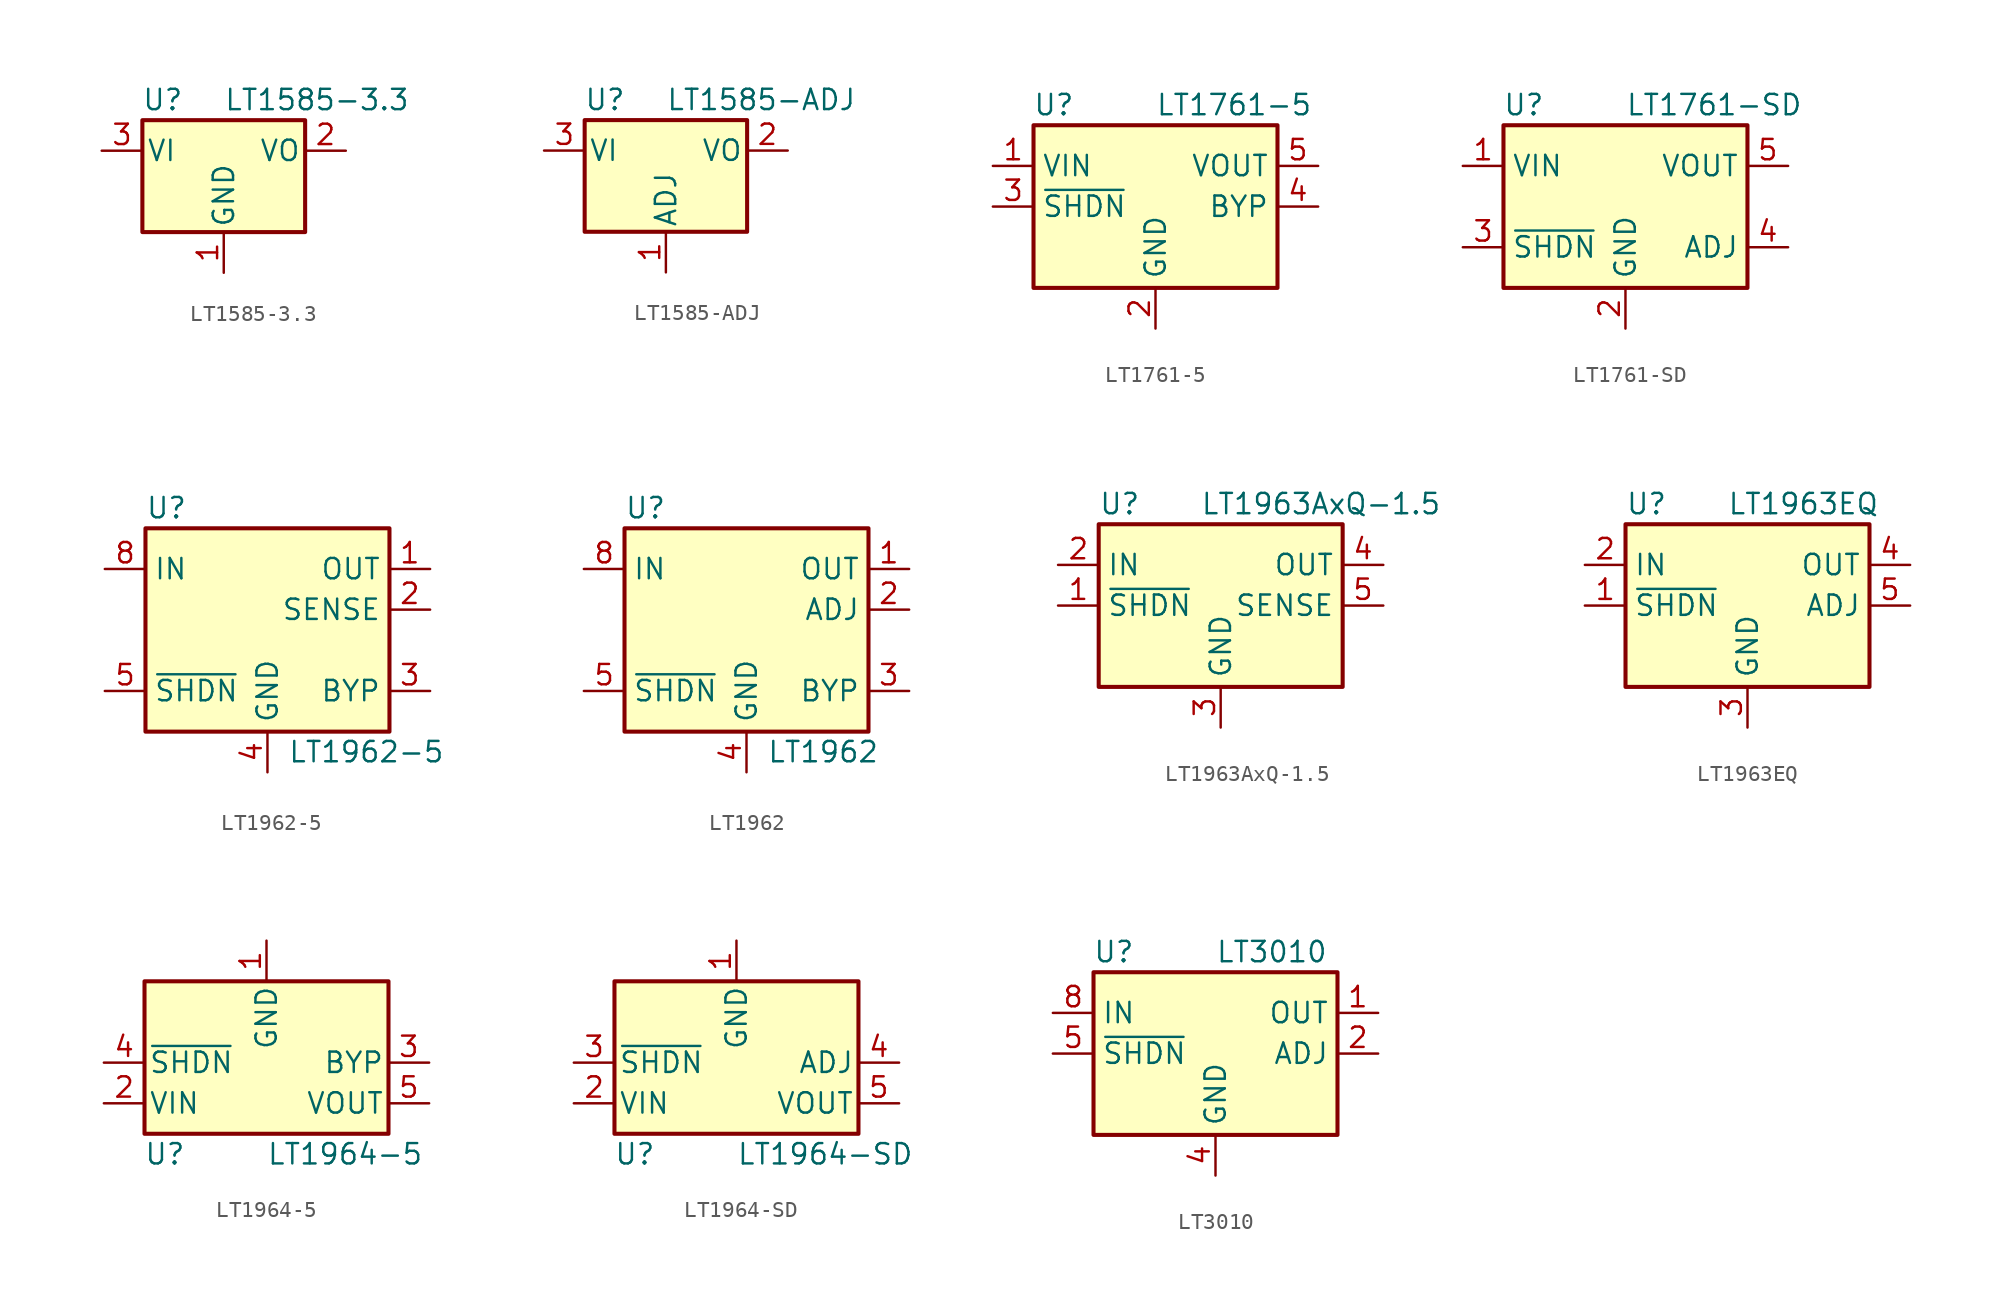
<source format=kicad_sym>
(kicad_symbol_lib
  (version 20241209)
  (generator "kicad_symbol_editor")
  (generator_version "9.0")
  (symbol "LT1585-3.3"
    (pin_names
      (offset 0.254))
    (property "Reference" "U"
      (at -3.81 3.175 0)
      (effects (font (size 1.27 1.27))))
    (property "Value" "LT1585-3.3"
      (at 0 3.175 0)
      (effects (font (size 1.27 1.27)) (justify left)))
    (symbol "LT1585-3.3_0_1"
      (rectangle (start -5.08 -5.08) (end 5.08 1.905) (stroke (width 0.254) (type default)) (fill (type background))))
    (symbol "LT1585-3.3_1_1"
      (pin power_in line (at -7.62 0 0) (length 2.54) (name "VI" (effects (font (size 1.27 1.27)))) (number "3" (effects (font (size 1.27 1.27)))))
      (pin power_in line (at 0 -7.62 90) (length 2.54) (name "GND" (effects (font (size 1.27 1.27)))) (number "1" (effects (font (size 1.27 1.27)))))
      (pin power_out line (at 7.62 0 180) (length 2.54) (name "VO" (effects (font (size 1.27 1.27)))) (number "2" (effects (font (size 1.27 1.27)))))))
  (symbol "LT1585-ADJ"
    (pin_names
      (offset 0.254))
    (property "Reference" "U"
      (at -3.81 3.175 0)
      (effects (font (size 1.27 1.27))))
    (property "Value" "LT1585-ADJ"
      (at 0 3.175 0)
      (effects (font (size 1.27 1.27)) (justify left)))
    (symbol "LT1585-ADJ_0_1"
      (rectangle (start -5.08 -5.08) (end 5.08 1.905) (stroke (width 0.254) (type default)) (fill (type background))))
    (symbol "LT1585-ADJ_1_1"
      (pin power_in line (at -7.62 0 0) (length 2.54) (name "VI" (effects (font (size 1.27 1.27)))) (number "3" (effects (font (size 1.27 1.27)))))
      (pin input line (at 0 -7.62 90) (length 2.54) (name "ADJ" (effects (font (size 1.27 1.27)))) (number "1" (effects (font (size 1.27 1.27)))))
      (pin power_out line (at 7.62 0 180) (length 2.54) (name "VO" (effects (font (size 1.27 1.27)))) (number "2" (effects (font (size 1.27 1.27)))))))
  (symbol "LT1761-5"
    (property "Reference" "U"
      (at -6.35 6.35 0)
      (effects (font (size 1.27 1.27))))
    (property "Value" "LT1761-5"
      (at 0 6.35 0)
      (effects (font (size 1.27 1.27)) (justify left)))
    (symbol "LT1761-5_0_1"
      (rectangle (start -7.62 5.08) (end 7.62 -5.08) (stroke (width 0.254) (type default)) (fill (type background))))
    (symbol "LT1761-5_1_1"
      (pin power_in line (at -10.16 2.54 0) (length 2.54) (name "VIN" (effects (font (size 1.27 1.27)))) (number "1" (effects (font (size 1.27 1.27)))))
      (pin input line (at -10.16 0 0) (length 2.54) (name "~{SHDN}" (effects (font (size 1.27 1.27)))) (number "3" (effects (font (size 1.27 1.27)))))
      (pin power_in line (at 0 -7.62 90) (length 2.54) (name "GND" (effects (font (size 1.27 1.27)))) (number "2" (effects (font (size 1.27 1.27)))))
      (pin power_out line (at 10.16 2.54 180) (length 2.54) (name "VOUT" (effects (font (size 1.27 1.27)))) (number "5" (effects (font (size 1.27 1.27)))))
      (pin passive line (at 10.16 0 180) (length 2.54) (name "BYP" (effects (font (size 1.27 1.27)))) (number "4" (effects (font (size 1.27 1.27)))))))
  (symbol "LT1761-SD"
    (property "Reference" "U"
      (at -6.35 6.35 0)
      (effects (font (size 1.27 1.27))))
    (property "Value" "LT1761-SD"
      (at 0 6.35 0)
      (effects (font (size 1.27 1.27)) (justify left)))
    (symbol "LT1761-SD_0_1"
      (rectangle (start -7.62 5.08) (end 7.62 -5.08) (stroke (width 0.254) (type default)) (fill (type background))))
    (symbol "LT1761-SD_1_1"
      (pin power_in line (at -10.16 2.54 0) (length 2.54) (name "VIN" (effects (font (size 1.27 1.27)))) (number "1" (effects (font (size 1.27 1.27)))))
      (pin input line (at -10.16 -2.54 0) (length 2.54) (name "~{SHDN}" (effects (font (size 1.27 1.27)))) (number "3" (effects (font (size 1.27 1.27)))))
      (pin power_in line (at 0 -7.62 90) (length 2.54) (name "GND" (effects (font (size 1.27 1.27)))) (number "2" (effects (font (size 1.27 1.27)))))
      (pin power_out line (at 10.16 2.54 180) (length 2.54) (name "VOUT" (effects (font (size 1.27 1.27)))) (number "5" (effects (font (size 1.27 1.27)))))
      (pin input line (at 10.16 -2.54 180) (length 2.54) (name "ADJ" (effects (font (size 1.27 1.27)))) (number "4" (effects (font (size 1.27 1.27)))))))
  (symbol "LT1962-5"
    (property "Reference" "U"
      (at -7.62 8.89 0)
      (effects (font (size 1.27 1.27)) (justify left)))
    (property "Value" "LT1962-5"
      (at 1.27 -6.35 0)
      (effects (font (size 1.27 1.27)) (justify left)))
    (symbol "LT1962-5_0_1"
      (rectangle (start -7.62 7.62) (end 7.62 -5.08) (stroke (width 0.254) (type default)) (fill (type background))))
    (symbol "LT1962-5_1_1"
      (pin power_in line (at -10.16 5.08 0) (length 2.54) (name "IN" (effects (font (size 1.27 1.27)))) (number "8" (effects (font (size 1.27 1.27)))))
      (pin input line (at -10.16 -2.54 0) (length 2.54) (name "~{SHDN}" (effects (font (size 1.27 1.27)))) (number "5" (effects (font (size 1.27 1.27)))))
      (pin power_in line (at 0 -7.62 90) (length 2.54) (name "GND" (effects (font (size 1.27 1.27)))) (number "4" (effects (font (size 1.27 1.27)))))
      (pin no_connect line (at 2.54 5.08 90) (length 2.54) (hide yes) (name "NC" (effects (font (size 1.27 1.27)))) (number "6" (effects (font (size 1.27 1.27)))))
      (pin no_connect line (at 2.54 2.54 90) (length 2.54) (hide yes) (name "NC" (effects (font (size 1.27 1.27)))) (number "7" (effects (font (size 1.27 1.27)))))
      (pin power_out line (at 10.16 5.08 180) (length 2.54) (name "OUT" (effects (font (size 1.27 1.27)))) (number "1" (effects (font (size 1.27 1.27)))))
      (pin input line (at 10.16 2.54 180) (length 2.54) (name "SENSE" (effects (font (size 1.27 1.27)))) (number "2" (effects (font (size 1.27 1.27)))))
      (pin passive line (at 10.16 -2.54 180) (length 2.54) (name "BYP" (effects (font (size 1.27 1.27)))) (number "3" (effects (font (size 1.27 1.27)))))))
  (symbol "LT1962"
    (property "Reference" "U"
      (at -7.62 8.89 0)
      (effects (font (size 1.27 1.27)) (justify left)))
    (property "Value" "LT1962"
      (at 1.27 -6.35 0)
      (effects (font (size 1.27 1.27)) (justify left)))
    (symbol "LT1962_0_1"
      (rectangle (start -7.62 7.62) (end 7.62 -5.08) (stroke (width 0.254) (type default)) (fill (type background))))
    (symbol "LT1962_1_1"
      (pin power_in line (at -10.16 5.08 0) (length 2.54) (name "IN" (effects (font (size 1.27 1.27)))) (number "8" (effects (font (size 1.27 1.27)))))
      (pin input line (at -10.16 -2.54 0) (length 2.54) (name "~{SHDN}" (effects (font (size 1.27 1.27)))) (number "5" (effects (font (size 1.27 1.27)))))
      (pin power_in line (at 0 -7.62 90) (length 2.54) (name "GND" (effects (font (size 1.27 1.27)))) (number "4" (effects (font (size 1.27 1.27)))))
      (pin no_connect line (at 2.54 5.08 90) (length 2.54) (hide yes) (name "NC" (effects (font (size 1.27 1.27)))) (number "6" (effects (font (size 1.27 1.27)))))
      (pin no_connect line (at 2.54 2.54 90) (length 2.54) (hide yes) (name "NC" (effects (font (size 1.27 1.27)))) (number "7" (effects (font (size 1.27 1.27)))))
      (pin power_out line (at 10.16 5.08 180) (length 2.54) (name "OUT" (effects (font (size 1.27 1.27)))) (number "1" (effects (font (size 1.27 1.27)))))
      (pin input line (at 10.16 2.54 180) (length 2.54) (name "ADJ" (effects (font (size 1.27 1.27)))) (number "2" (effects (font (size 1.27 1.27)))))
      (pin passive line (at 10.16 -2.54 180) (length 2.54) (name "BYP" (effects (font (size 1.27 1.27)))) (number "3" (effects (font (size 1.27 1.27)))))))
  (symbol "LT1963AxQ-1.5"
    (property "Reference" "U"
      (at -7.62 6.35 0)
      (effects (font (size 1.27 1.27)) (justify left)))
    (property "Value" "LT1963AxQ-1.5"
      (at -1.27 6.35 0)
      (effects (font (size 1.27 1.27)) (justify left)))
    (symbol "LT1963AxQ-1.5_0_1"
      (rectangle (start -7.62 5.08) (end 7.62 -5.08) (stroke (width 0.254) (type default)) (fill (type background))))
    (symbol "LT1963AxQ-1.5_1_1"
      (pin power_in line (at -10.16 2.54 0) (length 2.54) (name "IN" (effects (font (size 1.27 1.27)))) (number "2" (effects (font (size 1.27 1.27)))))
      (pin input line (at -10.16 0 0) (length 2.54) (name "~{SHDN}" (effects (font (size 1.27 1.27)))) (number "1" (effects (font (size 1.27 1.27)))))
      (pin power_in line (at 0 -7.62 90) (length 2.54) (name "GND" (effects (font (size 1.27 1.27)))) (number "3" (effects (font (size 1.27 1.27)))))
      (pin power_out line (at 10.16 2.54 180) (length 2.54) (name "OUT" (effects (font (size 1.27 1.27)))) (number "4" (effects (font (size 1.27 1.27)))))
      (pin input line (at 10.16 0 180) (length 2.54) (name "SENSE" (effects (font (size 1.27 1.27)))) (number "5" (effects (font (size 1.27 1.27)))))))
  (symbol "LT1963EQ"
    (property "Reference" "U"
      (at -7.62 6.35 0)
      (effects (font (size 1.27 1.27)) (justify left)))
    (property "Value" "LT1963EQ"
      (at -1.27 6.35 0)
      (effects (font (size 1.27 1.27)) (justify left)))
    (symbol "LT1963EQ_0_1"
      (rectangle (start -7.62 5.08) (end 7.62 -5.08) (stroke (width 0.254) (type default)) (fill (type background))))
    (symbol "LT1963EQ_1_1"
      (pin power_in line (at -10.16 2.54 0) (length 2.54) (name "IN" (effects (font (size 1.27 1.27)))) (number "2" (effects (font (size 1.27 1.27)))))
      (pin input line (at -10.16 0 0) (length 2.54) (name "~{SHDN}" (effects (font (size 1.27 1.27)))) (number "1" (effects (font (size 1.27 1.27)))))
      (pin power_in line (at 0 -7.62 90) (length 2.54) (name "GND" (effects (font (size 1.27 1.27)))) (number "3" (effects (font (size 1.27 1.27)))))
      (pin power_out line (at 10.16 2.54 180) (length 2.54) (name "OUT" (effects (font (size 1.27 1.27)))) (number "4" (effects (font (size 1.27 1.27)))))
      (pin input line (at 10.16 0 180) (length 2.54) (name "ADJ" (effects (font (size 1.27 1.27)))) (number "5" (effects (font (size 1.27 1.27)))))))
  (symbol "LT1964-5"
    (pin_names
      (offset 0.254))
    (property "Reference" "U"
      (at -6.35 -5.715 0)
      (effects (font (size 1.27 1.27))))
    (property "Value" "LT1964-5"
      (at 0 -5.715 0)
      (effects (font (size 1.27 1.27)) (justify left)))
    (symbol "LT1964-5_0_1"
      (rectangle (start -7.62 5.08) (end 7.62 -4.445) (stroke (width 0.254) (type default)) (fill (type background))))
    (symbol "LT1964-5_1_1"
      (pin input line (at -10.16 0 0) (length 2.54) (name "~{SHDN}" (effects (font (size 1.27 1.27)))) (number "4" (effects (font (size 1.27 1.27)))))
      (pin power_in line (at -10.16 -2.54 0) (length 2.54) (name "VIN" (effects (font (size 1.27 1.27)))) (number "2" (effects (font (size 1.27 1.27)))))
      (pin power_in line (at 0 7.62 270) (length 2.54) (name "GND" (effects (font (size 1.27 1.27)))) (number "1" (effects (font (size 1.27 1.27)))))
      (pin passive line (at 10.16 0 180) (length 2.54) (name "BYP" (effects (font (size 1.27 1.27)))) (number "3" (effects (font (size 1.27 1.27)))))
      (pin power_out line (at 10.16 -2.54 180) (length 2.54) (name "VOUT" (effects (font (size 1.27 1.27)))) (number "5" (effects (font (size 1.27 1.27)))))))
  (symbol "LT1964-SD"
    (pin_names
      (offset 0.254))
    (property "Reference" "U"
      (at -6.35 -5.715 0)
      (effects (font (size 1.27 1.27))))
    (property "Value" "LT1964-SD"
      (at 0 -5.715 0)
      (effects (font (size 1.27 1.27)) (justify left)))
    (symbol "LT1964-SD_0_1"
      (rectangle (start -7.62 5.08) (end 7.62 -4.445) (stroke (width 0.254) (type default)) (fill (type background))))
    (symbol "LT1964-SD_1_1"
      (pin input line (at -10.16 0 0) (length 2.54) (name "~{SHDN}" (effects (font (size 1.27 1.27)))) (number "3" (effects (font (size 1.27 1.27)))))
      (pin power_in line (at -10.16 -2.54 0) (length 2.54) (name "VIN" (effects (font (size 1.27 1.27)))) (number "2" (effects (font (size 1.27 1.27)))))
      (pin power_in line (at 0 7.62 270) (length 2.54) (name "GND" (effects (font (size 1.27 1.27)))) (number "1" (effects (font (size 1.27 1.27)))))
      (pin input line (at 10.16 0 180) (length 2.54) (name "ADJ" (effects (font (size 1.27 1.27)))) (number "4" (effects (font (size 1.27 1.27)))))
      (pin power_out line (at 10.16 -2.54 180) (length 2.54) (name "VOUT" (effects (font (size 1.27 1.27)))) (number "5" (effects (font (size 1.27 1.27)))))))
  (symbol "LT3010"
    (property "Reference" "U"
      (at -6.35 6.35 0)
      (effects (font (size 1.27 1.27))))
    (property "Value" "LT3010"
      (at 0 6.35 0)
      (effects (font (size 1.27 1.27)) (justify left)))
    (symbol "LT3010_0_1"
      (rectangle (start -7.62 5.08) (end 7.62 -5.08) (stroke (width 0.254) (type default)) (fill (type background))))
    (symbol "LT3010_1_1"
      (pin power_in line (at -10.16 2.54 0) (length 2.54) (name "IN" (effects (font (size 1.27 1.27)))) (number "8" (effects (font (size 1.27 1.27)))))
      (pin input line (at -10.16 0 0) (length 2.54) (name "~{SHDN}" (effects (font (size 1.27 1.27)))) (number "5" (effects (font (size 1.27 1.27)))))
      (pin no_connect line (at -7.62 -2.54 0) (length 2.54) (hide yes) (name "NC" (effects (font (size 1.27 1.27)))) (number "3" (effects (font (size 1.27 1.27)))))
      (pin power_in line (at 0 -7.62 90) (length 2.54) (name "GND" (effects (font (size 1.27 1.27)))) (number "4" (effects (font (size 1.27 1.27)))))
      (pin passive line (at 0 -7.62 90) (length 2.54) (hide yes) (name "GND" (effects (font (size 1.27 1.27)))) (number "9" (effects (font (size 1.27 1.27)))))
      (pin no_connect line (at 2.54 -5.08 90) (length 2.54) (hide yes) (name "NC" (effects (font (size 1.27 1.27)))) (number "7" (effects (font (size 1.27 1.27)))))
      (pin no_connect line (at 7.62 -2.54 180) (length 2.54) (hide yes) (name "NC" (effects (font (size 1.27 1.27)))) (number "6" (effects (font (size 1.27 1.27)))))
      (pin power_out line (at 10.16 2.54 180) (length 2.54) (name "OUT" (effects (font (size 1.27 1.27)))) (number "1" (effects (font (size 1.27 1.27)))))
      (pin input line (at 10.16 0 180) (length 2.54) (name "ADJ" (effects (font (size 1.27 1.27)))) (number "2" (effects (font (size 1.27 1.27))))))))
</source>
